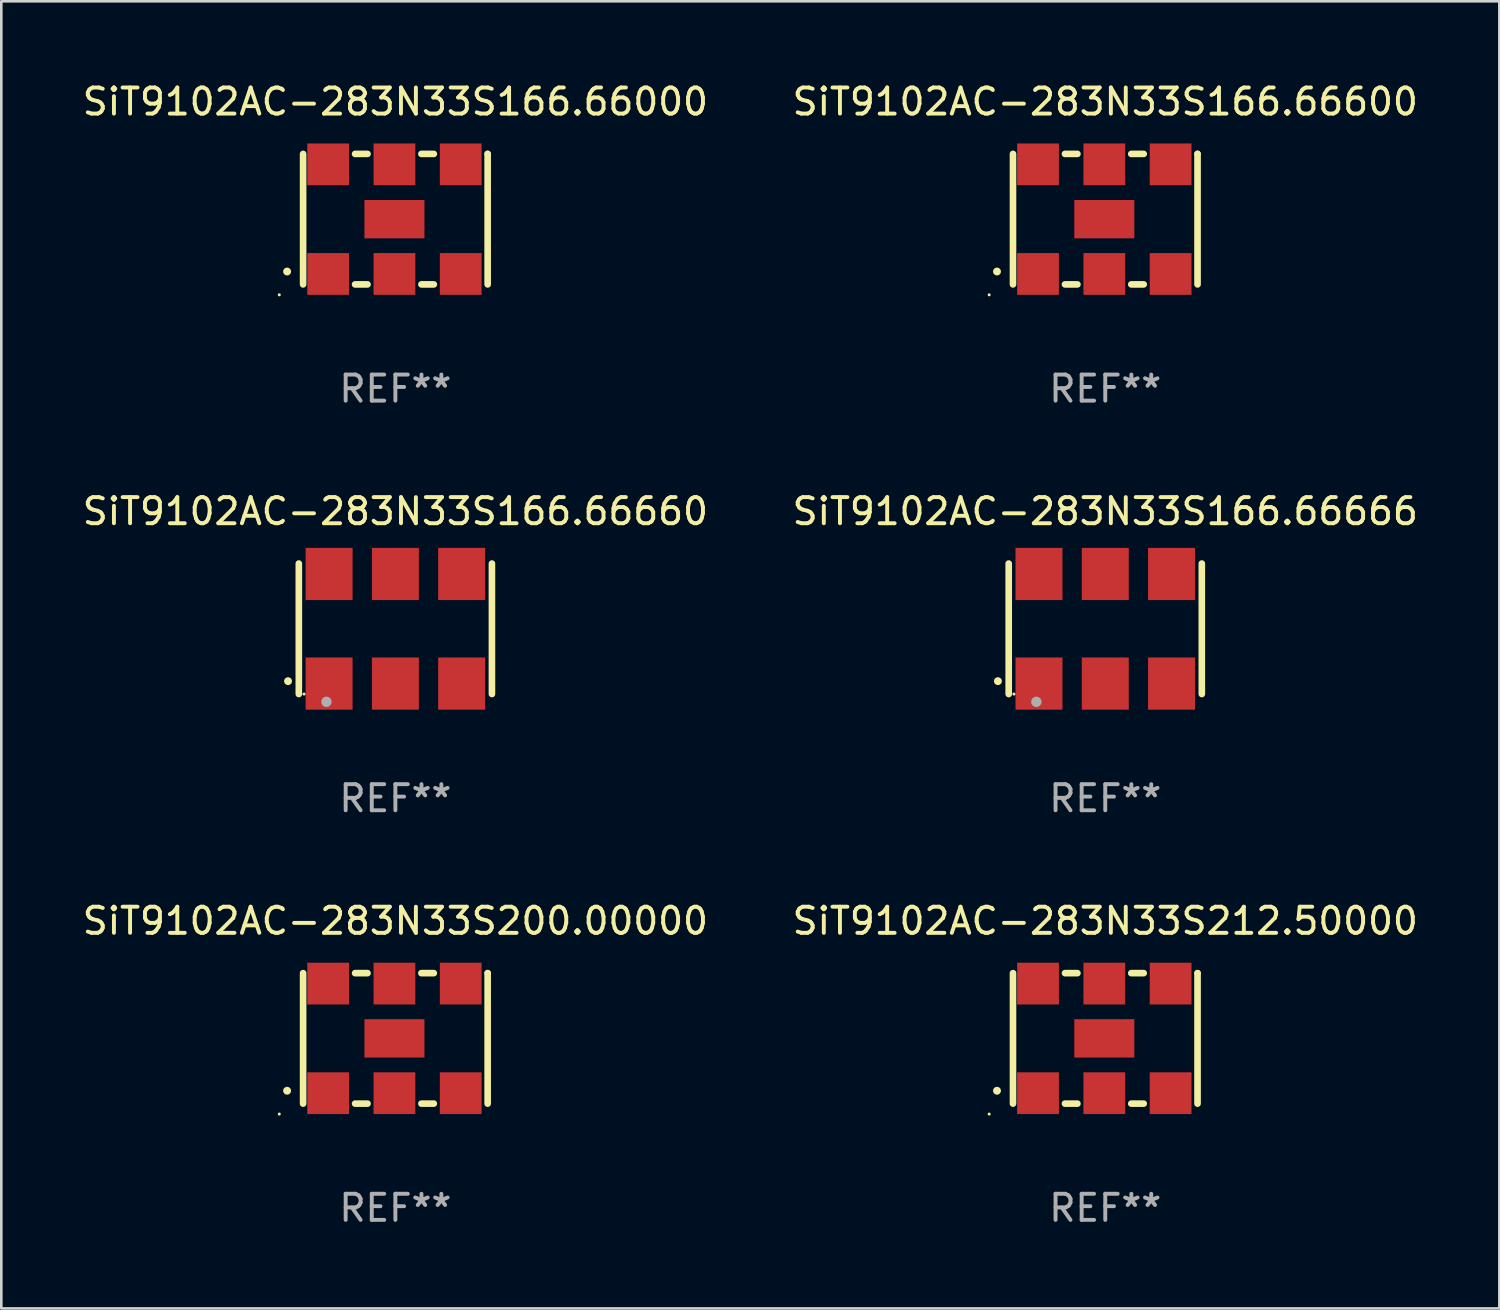
<source format=kicad_pcb>
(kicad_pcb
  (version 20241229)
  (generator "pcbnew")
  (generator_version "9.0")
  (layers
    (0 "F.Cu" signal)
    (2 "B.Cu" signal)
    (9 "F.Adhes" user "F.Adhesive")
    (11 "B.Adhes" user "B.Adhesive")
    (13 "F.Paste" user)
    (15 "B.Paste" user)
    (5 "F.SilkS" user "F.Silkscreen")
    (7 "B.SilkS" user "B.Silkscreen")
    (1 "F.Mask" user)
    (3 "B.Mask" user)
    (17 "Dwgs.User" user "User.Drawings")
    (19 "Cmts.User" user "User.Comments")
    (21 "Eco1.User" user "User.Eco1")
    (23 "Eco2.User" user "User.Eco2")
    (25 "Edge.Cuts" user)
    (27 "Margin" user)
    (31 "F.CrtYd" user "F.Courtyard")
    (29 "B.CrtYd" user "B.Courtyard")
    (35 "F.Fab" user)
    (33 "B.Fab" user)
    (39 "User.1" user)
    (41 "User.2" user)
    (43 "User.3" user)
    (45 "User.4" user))
  (footprint "SiT9102AC-283N33S200.00000"
    (layer "F.Cu")
    (at 12.101 36.741)
    (property "Reference" "SiT9102AC-283N33S200.00000" (at 0 -4.5 0) (layer "F.SilkS") (effects (font (size 1 1) (thickness 0.15))))
    (attr through_hole)
    (fp_line (start -3.536 -2.5) (end -3.536 2.5) (stroke (width 0.254) (type solid)) (layer "F.SilkS"))
    (fp_line (start -1.544 2.5) (end -1.067 2.5) (stroke (width 0.254) (type solid)) (layer "F.SilkS"))
    (fp_line (start -1.067 -2.5) (end -1.544 -2.5) (stroke (width 0.254) (type solid)) (layer "F.SilkS"))
    (fp_line (start 0.996 2.5) (end 1.473 2.5) (stroke (width 0.254) (type solid)) (layer "F.SilkS"))
    (fp_line (start 1.473 -2.5) (end 0.996 -2.5) (stroke (width 0.254) (type solid)) (layer "F.SilkS"))
    (fp_line (start 3.536 -2.5) (end 3.536 -2.5) (stroke (width 0.254) (type solid)) (layer "F.SilkS"))
    (fp_line (start 3.536 2.5) (end 3.536 -2.5) (stroke (width 0.254) (type solid)) (layer "F.SilkS"))
    (fp_arc (start -4.150432 2.006604) (mid -4.149162 2.006599) (end -4.147892 2.006604) (stroke (width 0.3) (type solid)) (layer "F.SilkS"))
    (fp_circle (center -4.449 2.9) (end -4.419 2.9) (stroke (width 0.06) (type solid)) (fill no) (layer "F.SilkS"))
    (fp_text user "REF**" (at 0 6.5 0) (layer "F.Fab") (effects (font (size 1 1) (thickness 0.15))))
    (pad "1" smd rect (at -2.576 2.1) (size 1.6 1.6) (layers "F.Cu" "F.Mask" "F.Paste"))
    (pad "2" smd rect (at -0.036 2.1) (size 1.6 1.6) (layers "F.Cu" "F.Mask" "F.Paste"))
    (pad "3" smd rect (at 2.504 2.1) (size 1.6 1.6) (layers "F.Cu" "F.Mask" "F.Paste"))
    (pad "4" smd rect (at 2.504 -2.1) (size 1.6 1.6) (layers "F.Cu" "F.Mask" "F.Paste"))
    (pad "5" smd rect (at -0.036 -2.1) (size 1.6 1.6) (layers "F.Cu" "F.Mask" "F.Paste"))
    (pad "6" smd rect (at -2.576 -2.1) (size 1.6 1.6) (layers "F.Cu" "F.Mask" "F.Paste"))
    (pad "7" smd rect (at -0.036 0) (size 2.3 1.47) (layers "F.Cu" "F.Mask" "F.Paste")))
  (footprint "SiT9102AC-283N33S212.50000"
    (layer "F.Cu")
    (at 39.304 36.741)
    (property "Reference" "SiT9102AC-283N33S212.50000" (at 0 -4.5 0) (layer "F.SilkS") (effects (font (size 1 1) (thickness 0.15))))
    (attr through_hole)
    (fp_line (start -3.536 -2.5) (end -3.536 2.5) (stroke (width 0.254) (type solid)) (layer "F.SilkS"))
    (fp_line (start -1.544 2.5) (end -1.067 2.5) (stroke (width 0.254) (type solid)) (layer "F.SilkS"))
    (fp_line (start -1.067 -2.5) (end -1.544 -2.5) (stroke (width 0.254) (type solid)) (layer "F.SilkS"))
    (fp_line (start 0.996 2.5) (end 1.473 2.5) (stroke (width 0.254) (type solid)) (layer "F.SilkS"))
    (fp_line (start 1.473 -2.5) (end 0.996 -2.5) (stroke (width 0.254) (type solid)) (layer "F.SilkS"))
    (fp_line (start 3.536 -2.5) (end 3.536 -2.5) (stroke (width 0.254) (type solid)) (layer "F.SilkS"))
    (fp_line (start 3.536 2.5) (end 3.536 -2.5) (stroke (width 0.254) (type solid)) (layer "F.SilkS"))
    (fp_arc (start -4.150432 2.006604) (mid -4.149162 2.006599) (end -4.147892 2.006604) (stroke (width 0.3) (type solid)) (layer "F.SilkS"))
    (fp_circle (center -4.449 2.9) (end -4.419 2.9) (stroke (width 0.06) (type solid)) (fill no) (layer "F.SilkS"))
    (fp_text user "REF**" (at 0 6.5 0) (layer "F.Fab") (effects (font (size 1 1) (thickness 0.15))))
    (pad "1" smd rect (at -2.576 2.1) (size 1.6 1.6) (layers "F.Cu" "F.Mask" "F.Paste"))
    (pad "2" smd rect (at -0.036 2.1) (size 1.6 1.6) (layers "F.Cu" "F.Mask" "F.Paste"))
    (pad "3" smd rect (at 2.504 2.1) (size 1.6 1.6) (layers "F.Cu" "F.Mask" "F.Paste"))
    (pad "4" smd rect (at 2.504 -2.1) (size 1.6 1.6) (layers "F.Cu" "F.Mask" "F.Paste"))
    (pad "5" smd rect (at -0.036 -2.1) (size 1.6 1.6) (layers "F.Cu" "F.Mask" "F.Paste"))
    (pad "6" smd rect (at -2.576 -2.1) (size 1.6 1.6) (layers "F.Cu" "F.Mask" "F.Paste"))
    (pad "7" smd rect (at -0.036 0) (size 2.3 1.47) (layers "F.Cu" "F.Mask" "F.Paste")))
  (footprint "SiT9102AC-283N33S166.66000"
    (layer "F.Cu")
    (at 12.101 5.348)
    (property "Reference" "SiT9102AC-283N33S166.66000" (at 0 -4.5 0) (layer "F.SilkS") (effects (font (size 1 1) (thickness 0.15))))
    (attr through_hole)
    (fp_line (start -3.536 -2.5) (end -3.536 2.5) (stroke (width 0.254) (type solid)) (layer "F.SilkS"))
    (fp_line (start -1.544 2.5) (end -1.067 2.5) (stroke (width 0.254) (type solid)) (layer "F.SilkS"))
    (fp_line (start -1.067 -2.5) (end -1.544 -2.5) (stroke (width 0.254) (type solid)) (layer "F.SilkS"))
    (fp_line (start 0.996 2.5) (end 1.473 2.5) (stroke (width 0.254) (type solid)) (layer "F.SilkS"))
    (fp_line (start 1.473 -2.5) (end 0.996 -2.5) (stroke (width 0.254) (type solid)) (layer "F.SilkS"))
    (fp_line (start 3.536 -2.5) (end 3.536 -2.5) (stroke (width 0.254) (type solid)) (layer "F.SilkS"))
    (fp_line (start 3.536 2.5) (end 3.536 -2.5) (stroke (width 0.254) (type solid)) (layer "F.SilkS"))
    (fp_arc (start -4.150432 2.006604) (mid -4.149162 2.006599) (end -4.147892 2.006604) (stroke (width 0.3) (type solid)) (layer "F.SilkS"))
    (fp_circle (center -4.449 2.9) (end -4.419 2.9) (stroke (width 0.06) (type solid)) (fill no) (layer "F.SilkS"))
    (fp_text user "REF**" (at 0 6.5 0) (layer "F.Fab") (effects (font (size 1 1) (thickness 0.15))))
    (pad "1" smd rect (at -2.576 2.1) (size 1.6 1.6) (layers "F.Cu" "F.Mask" "F.Paste"))
    (pad "2" smd rect (at -0.036 2.1) (size 1.6 1.6) (layers "F.Cu" "F.Mask" "F.Paste"))
    (pad "3" smd rect (at 2.504 2.1) (size 1.6 1.6) (layers "F.Cu" "F.Mask" "F.Paste"))
    (pad "4" smd rect (at 2.504 -2.1) (size 1.6 1.6) (layers "F.Cu" "F.Mask" "F.Paste"))
    (pad "5" smd rect (at -0.036 -2.1) (size 1.6 1.6) (layers "F.Cu" "F.Mask" "F.Paste"))
    (pad "6" smd rect (at -2.576 -2.1) (size 1.6 1.6) (layers "F.Cu" "F.Mask" "F.Paste"))
    (pad "7" smd rect (at -0.036 0) (size 2.3 1.47) (layers "F.Cu" "F.Mask" "F.Paste")))
  (footprint "SiT9102AC-283N33S166.66666"
    (layer "F.Cu")
    (at 39.304 21.045)
    (property "Reference" "SiT9102AC-283N33S166.66666" (at 0 -4.5 0) (layer "F.SilkS") (effects (font (size 1 1) (thickness 0.15))))
    (attr through_hole)
    (fp_line (start -3.7 -2.5) (end -3.7 2.5) (stroke (width 0.254) (type solid)) (layer "F.SilkS"))
    (fp_line (start 3.7 -2.5) (end 3.7 2.5) (stroke (width 0.254) (type solid)) (layer "F.SilkS"))
    (fp_arc (start -4.114415 2.006604) (mid -4.113145 2.006599) (end -4.111875 2.006604) (stroke (width 0.3) (type solid)) (layer "F.SilkS"))
    (fp_circle (center -3.5 2.501) (end -3.47 2.501) (stroke (width 0.06) (type solid)) (fill no) (layer "F.SilkS"))
    (fp_circle (center -2.641 2.799) (end -2.541 2.799) (stroke (width 0.2) (type solid)) (fill no) (layer "F.Fab"))
    (fp_text user "REF**" (at 0 6.5 0) (layer "F.Fab") (effects (font (size 1 1) (thickness 0.15))))
    (pad "1" smd rect (at -2.54 2.1) (size 1.8 2) (layers "F.Cu" "F.Mask" "F.Paste"))
    (pad "2" smd rect (at 0.000394 2.1) (size 1.8 2) (layers "F.Cu" "F.Mask" "F.Paste"))
    (pad "3" smd rect (at 2.54 2.1) (size 1.8 2) (layers "F.Cu" "F.Mask" "F.Paste"))
    (pad "4" smd rect (at 2.54 -2.1) (size 1.8 2) (layers "F.Cu" "F.Mask" "F.Paste"))
    (pad "5" smd rect (at 0.000394 -2.1) (size 1.8 2) (layers "F.Cu" "F.Mask" "F.Paste"))
    (pad "6" smd rect (at -2.54 -2.1) (size 1.8 2) (layers "F.Cu" "F.Mask" "F.Paste")))
  (footprint "SiT9102AC-283N33S166.66660"
    (layer "F.Cu")
    (at 12.101 21.045)
    (property "Reference" "SiT9102AC-283N33S166.66660" (at 0 -4.5 0) (layer "F.SilkS") (effects (font (size 1 1) (thickness 0.15))))
    (attr through_hole)
    (fp_line (start -3.7 -2.5) (end -3.7 2.5) (stroke (width 0.254) (type solid)) (layer "F.SilkS"))
    (fp_line (start 3.7 -2.5) (end 3.7 2.5) (stroke (width 0.254) (type solid)) (layer "F.SilkS"))
    (fp_arc (start -4.114415 2.006604) (mid -4.113145 2.006599) (end -4.111875 2.006604) (stroke (width 0.3) (type solid)) (layer "F.SilkS"))
    (fp_circle (center -3.5 2.501) (end -3.47 2.501) (stroke (width 0.06) (type solid)) (fill no) (layer "F.SilkS"))
    (fp_circle (center -2.641 2.799) (end -2.541 2.799) (stroke (width 0.2) (type solid)) (fill no) (layer "F.Fab"))
    (fp_text user "REF**" (at 0 6.5 0) (layer "F.Fab") (effects (font (size 1 1) (thickness 0.15))))
    (pad "1" smd rect (at -2.54 2.1) (size 1.8 2) (layers "F.Cu" "F.Mask" "F.Paste"))
    (pad "2" smd rect (at 0.000394 2.1) (size 1.8 2) (layers "F.Cu" "F.Mask" "F.Paste"))
    (pad "3" smd rect (at 2.54 2.1) (size 1.8 2) (layers "F.Cu" "F.Mask" "F.Paste"))
    (pad "4" smd rect (at 2.54 -2.1) (size 1.8 2) (layers "F.Cu" "F.Mask" "F.Paste"))
    (pad "5" smd rect (at 0.000394 -2.1) (size 1.8 2) (layers "F.Cu" "F.Mask" "F.Paste"))
    (pad "6" smd rect (at -2.54 -2.1) (size 1.8 2) (layers "F.Cu" "F.Mask" "F.Paste")))
  (footprint "SiT9102AC-283N33S166.66600"
    (layer "F.Cu")
    (at 39.304 5.348)
    (property "Reference" "SiT9102AC-283N33S166.66600" (at 0 -4.5 0) (layer "F.SilkS") (effects (font (size 1 1) (thickness 0.15))))
    (attr through_hole)
    (fp_line (start -3.536 -2.5) (end -3.536 2.5) (stroke (width 0.254) (type solid)) (layer "F.SilkS"))
    (fp_line (start -1.544 2.5) (end -1.067 2.5) (stroke (width 0.254) (type solid)) (layer "F.SilkS"))
    (fp_line (start -1.067 -2.5) (end -1.544 -2.5) (stroke (width 0.254) (type solid)) (layer "F.SilkS"))
    (fp_line (start 0.996 2.5) (end 1.473 2.5) (stroke (width 0.254) (type solid)) (layer "F.SilkS"))
    (fp_line (start 1.473 -2.5) (end 0.996 -2.5) (stroke (width 0.254) (type solid)) (layer "F.SilkS"))
    (fp_line (start 3.536 -2.5) (end 3.536 -2.5) (stroke (width 0.254) (type solid)) (layer "F.SilkS"))
    (fp_line (start 3.536 2.5) (end 3.536 -2.5) (stroke (width 0.254) (type solid)) (layer "F.SilkS"))
    (fp_arc (start -4.150432 2.006604) (mid -4.149162 2.006599) (end -4.147892 2.006604) (stroke (width 0.3) (type solid)) (layer "F.SilkS"))
    (fp_circle (center -4.449 2.9) (end -4.419 2.9) (stroke (width 0.06) (type solid)) (fill no) (layer "F.SilkS"))
    (fp_text user "REF**" (at 0 6.5 0) (layer "F.Fab") (effects (font (size 1 1) (thickness 0.15))))
    (pad "1" smd rect (at -2.576 2.1) (size 1.6 1.6) (layers "F.Cu" "F.Mask" "F.Paste"))
    (pad "2" smd rect (at -0.036 2.1) (size 1.6 1.6) (layers "F.Cu" "F.Mask" "F.Paste"))
    (pad "3" smd rect (at 2.504 2.1) (size 1.6 1.6) (layers "F.Cu" "F.Mask" "F.Paste"))
    (pad "4" smd rect (at 2.504 -2.1) (size 1.6 1.6) (layers "F.Cu" "F.Mask" "F.Paste"))
    (pad "5" smd rect (at -0.036 -2.1) (size 1.6 1.6) (layers "F.Cu" "F.Mask" "F.Paste"))
    (pad "6" smd rect (at -2.576 -2.1) (size 1.6 1.6) (layers "F.Cu" "F.Mask" "F.Paste"))
    (pad "7" smd rect (at -0.036 0) (size 2.3 1.47) (layers "F.Cu" "F.Mask" "F.Paste")))
  (gr_rect
    (start -3 -3)
    (end 54.405 47.09)
    (stroke (width 0.1) (type default))
    (fill no)
    (layer "Edge.Cuts")))
</source>
